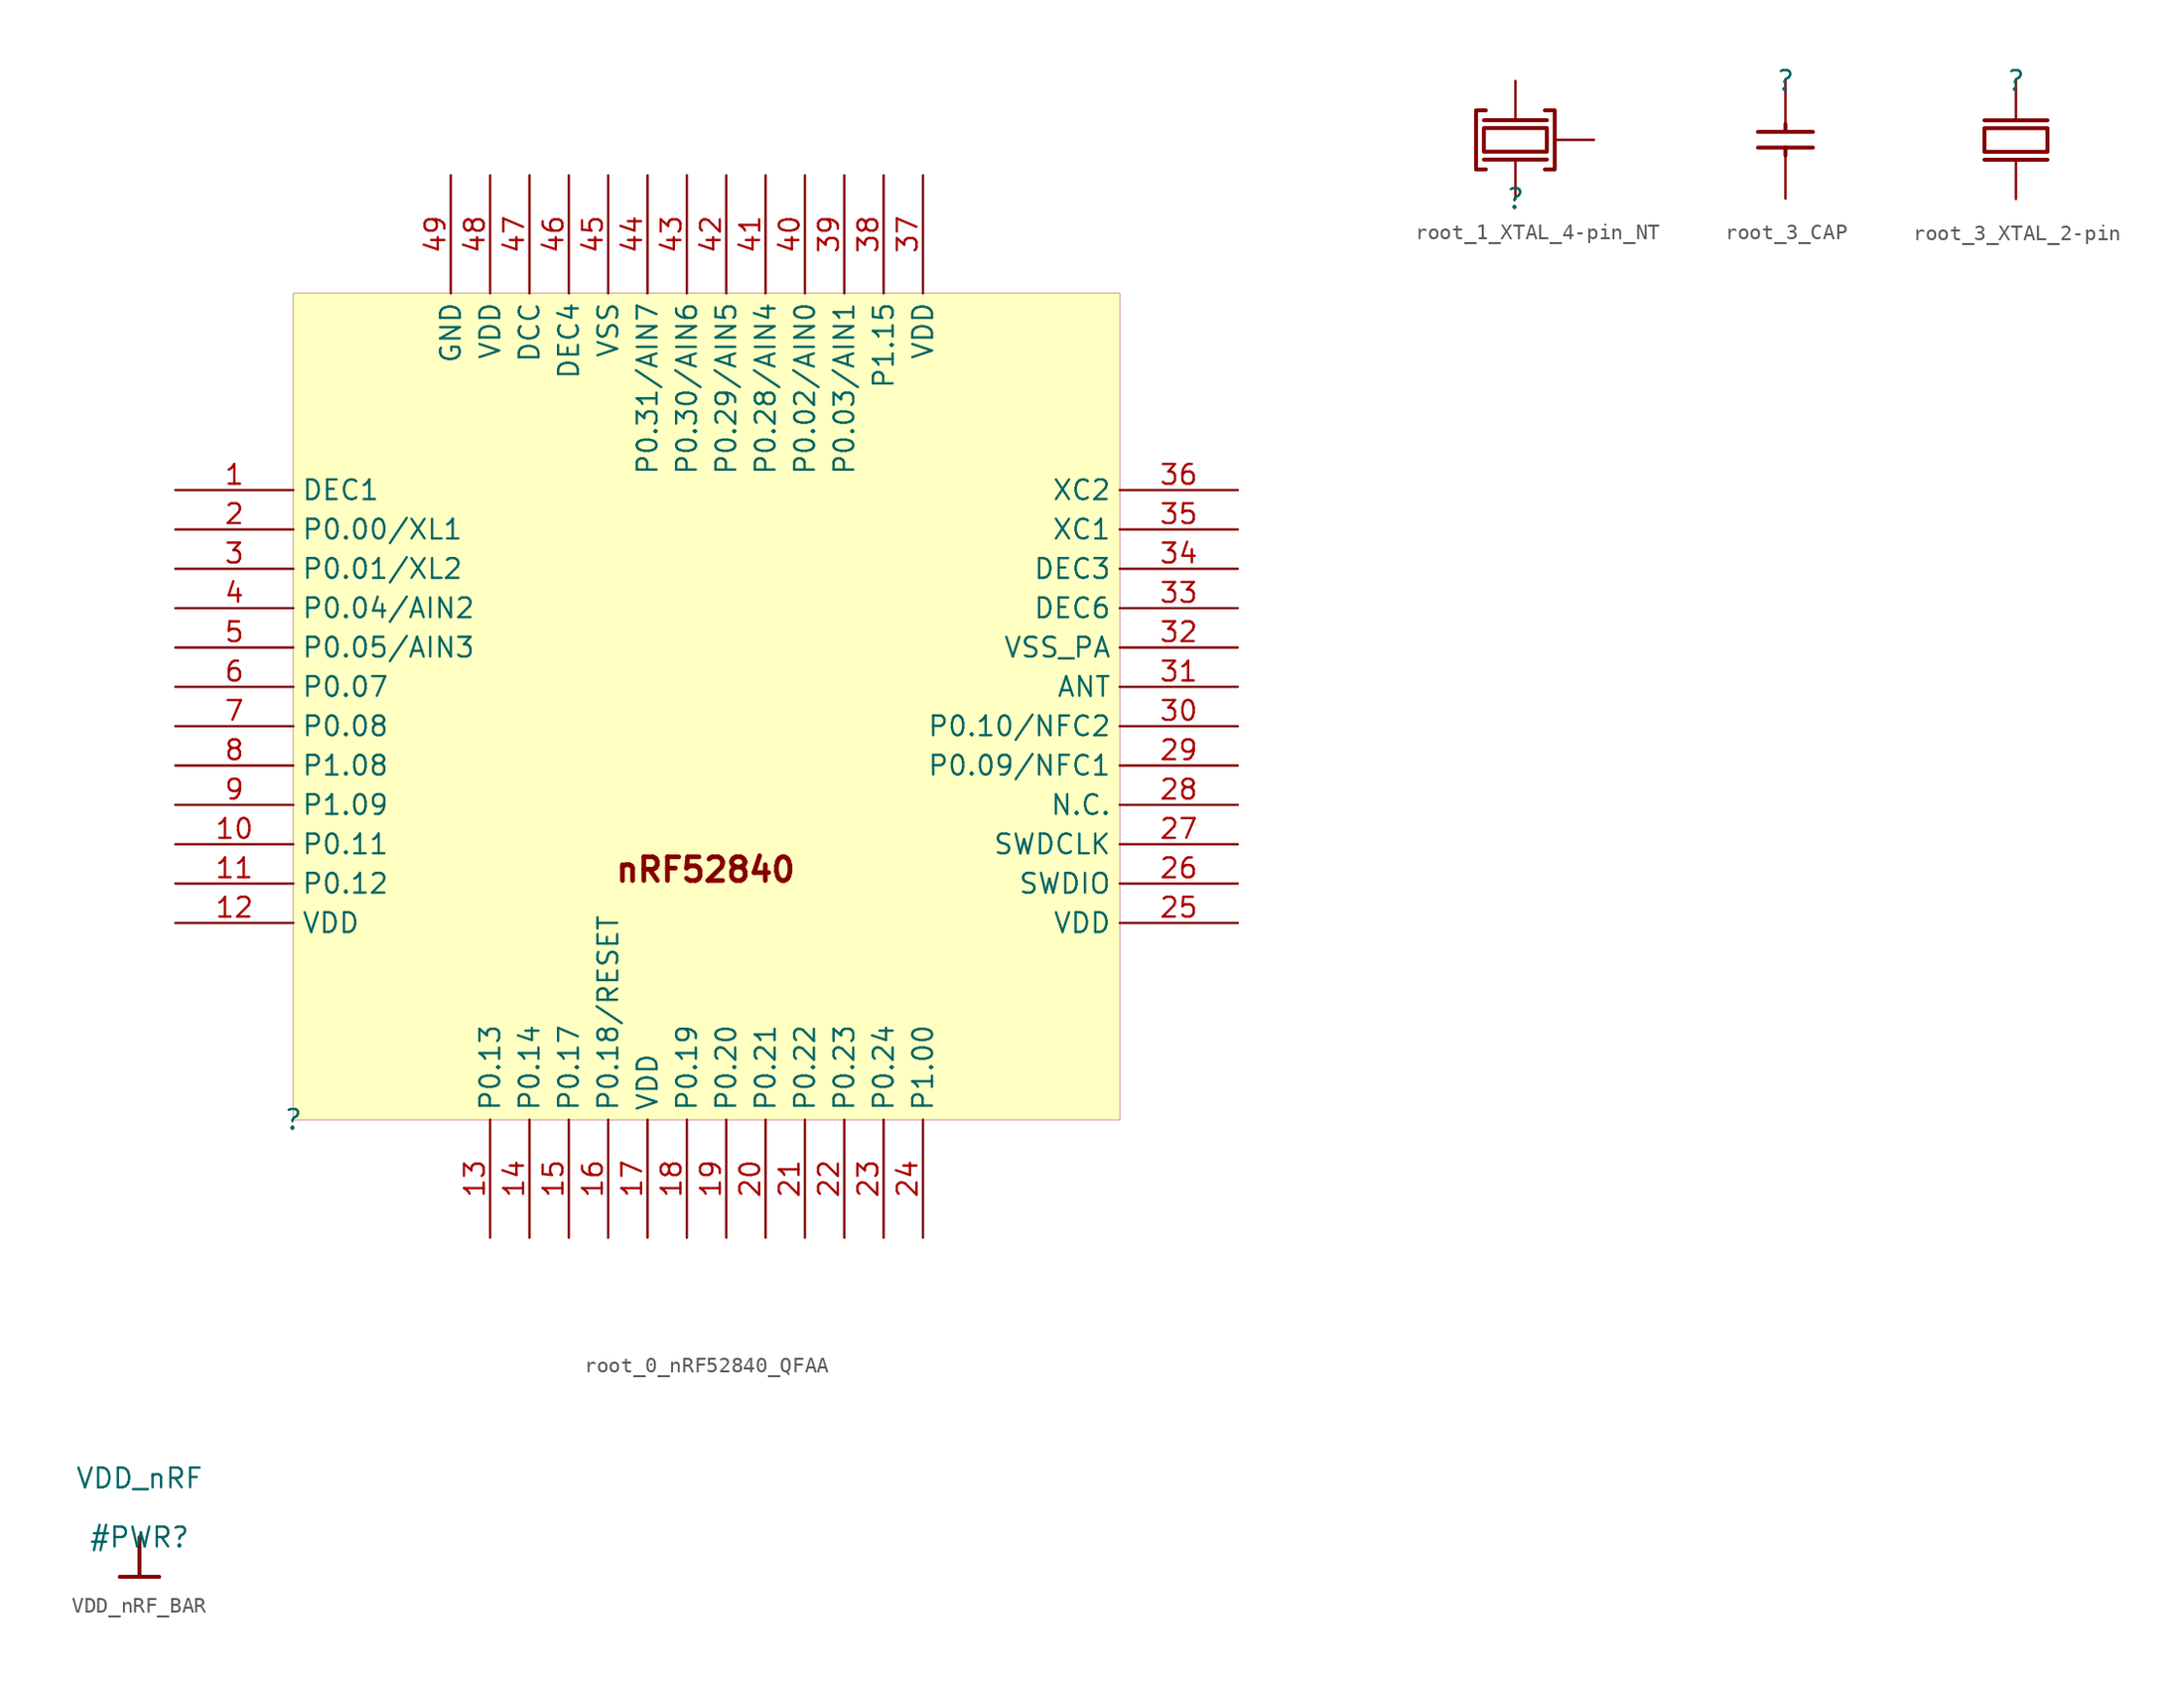
<source format=kicad_sym>
(kicad_symbol_lib
  (version 20231120)
  (generator "kicad_symbol_editor")
  (generator_version "8.0")
  (symbol "root_0_nRF52840_QFAA"
    (property "Reference" ""
      (at 0 0 0)
      (effects (font (size 1.27 1.27))))
    (property "Value" ""
      (at 0 0 0)
      (effects (font (size 1.27 1.27))))
    (symbol "root_0_nRF52840_QFAA_1_0"
      (rectangle (start 53.34 53.34) (end 0 0) (stroke (width 0.025) (type solid) (color 128 0 0 1)) (fill (type background)))
      (text "nRF52840" (at 20.681 15.24 0) (effects (font (size 1.524 1.524) (bold yes)) (justify left bottom)))
      (pin power_in line (at -7.62 40.64 0) (length 7.62) (name "DEC1" (effects (font (size 1.27 1.27)))) (number "1" (effects (font (size 1.27 1.27)))))
      (pin bidirectional line (at -7.62 17.78 0) (length 7.62) (name "P0.11" (effects (font (size 1.27 1.27)))) (number "10" (effects (font (size 1.27 1.27)))))
      (pin bidirectional line (at -7.62 15.24 0) (length 7.62) (name "P0.12" (effects (font (size 1.27 1.27)))) (number "11" (effects (font (size 1.27 1.27)))))
      (pin power_in line (at -7.62 12.7 0) (length 7.62) (name "VDD" (effects (font (size 1.27 1.27)))) (number "12" (effects (font (size 1.27 1.27)))))
      (pin bidirectional line (at 12.7 -7.62 90) (length 7.62) (name "P0.13" (effects (font (size 1.27 1.27)))) (number "13" (effects (font (size 1.27 1.27)))))
      (pin bidirectional line (at 15.24 -7.62 90) (length 7.62) (name "P0.14" (effects (font (size 1.27 1.27)))) (number "14" (effects (font (size 1.27 1.27)))))
      (pin bidirectional line (at 17.78 -7.62 90) (length 7.62) (name "P0.17" (effects (font (size 1.27 1.27)))) (number "15" (effects (font (size 1.27 1.27)))))
      (pin bidirectional line (at 20.32 -7.62 90) (length 7.62) (name "P0.18/RESET" (effects (font (size 1.27 1.27)))) (number "16" (effects (font (size 1.27 1.27)))))
      (pin power_in line (at 22.86 -7.62 90) (length 7.62) (name "VDD" (effects (font (size 1.27 1.27)))) (number "17" (effects (font (size 1.27 1.27)))))
      (pin bidirectional line (at 25.4 -7.62 90) (length 7.62) (name "P0.19" (effects (font (size 1.27 1.27)))) (number "18" (effects (font (size 1.27 1.27)))))
      (pin bidirectional line (at 27.94 -7.62 90) (length 7.62) (name "P0.20" (effects (font (size 1.27 1.27)))) (number "19" (effects (font (size 1.27 1.27)))))
      (pin bidirectional line (at -7.62 38.1 0) (length 7.62) (name "P0.00/XL1" (effects (font (size 1.27 1.27)))) (number "2" (effects (font (size 1.27 1.27)))))
      (pin bidirectional line (at 30.48 -7.62 90) (length 7.62) (name "P0.21" (effects (font (size 1.27 1.27)))) (number "20" (effects (font (size 1.27 1.27)))))
      (pin bidirectional line (at 33.02 -7.62 90) (length 7.62) (name "P0.22" (effects (font (size 1.27 1.27)))) (number "21" (effects (font (size 1.27 1.27)))))
      (pin bidirectional line (at 35.56 -7.62 90) (length 7.62) (name "P0.23" (effects (font (size 1.27 1.27)))) (number "22" (effects (font (size 1.27 1.27)))))
      (pin bidirectional line (at 38.1 -7.62 90) (length 7.62) (name "P0.24" (effects (font (size 1.27 1.27)))) (number "23" (effects (font (size 1.27 1.27)))))
      (pin bidirectional line (at 40.64 -7.62 90) (length 7.62) (name "P1.00" (effects (font (size 1.27 1.27)))) (number "24" (effects (font (size 1.27 1.27)))))
      (pin power_in line (at 60.96 12.7 180) (length 7.62) (name "VDD" (effects (font (size 1.27 1.27)))) (number "25" (effects (font (size 1.27 1.27)))))
      (pin input line (at 60.96 15.24 180) (length 7.62) (name "SWDIO" (effects (font (size 1.27 1.27)))) (number "26" (effects (font (size 1.27 1.27)))))
      (pin bidirectional line (at 60.96 17.78 180) (length 7.62) (name "SWDCLK" (effects (font (size 1.27 1.27)))) (number "27" (effects (font (size 1.27 1.27)))))
      (pin passive line (at 60.96 20.32 180) (length 7.62) (name "N.C." (effects (font (size 1.27 1.27)))) (number "28" (effects (font (size 1.27 1.27)))))
      (pin bidirectional line (at 60.96 22.86 180) (length 7.62) (name "P0.09/NFC1" (effects (font (size 1.27 1.27)))) (number "29" (effects (font (size 1.27 1.27)))))
      (pin bidirectional line (at -7.62 35.56 0) (length 7.62) (name "P0.01/XL2" (effects (font (size 1.27 1.27)))) (number "3" (effects (font (size 1.27 1.27)))))
      (pin bidirectional line (at 60.96 25.4 180) (length 7.62) (name "P0.10/NFC2" (effects (font (size 1.27 1.27)))) (number "30" (effects (font (size 1.27 1.27)))))
      (pin bidirectional line (at 60.96 27.94 180) (length 7.62) (name "ANT" (effects (font (size 1.27 1.27)))) (number "31" (effects (font (size 1.27 1.27)))))
      (pin power_in line (at 60.96 30.48 180) (length 7.62) (name "VSS_PA" (effects (font (size 1.27 1.27)))) (number "32" (effects (font (size 1.27 1.27)))))
      (pin power_in line (at 60.96 33.02 180) (length 7.62) (name "DEC6" (effects (font (size 1.27 1.27)))) (number "33" (effects (font (size 1.27 1.27)))))
      (pin power_in line (at 60.96 35.56 180) (length 7.62) (name "DEC3" (effects (font (size 1.27 1.27)))) (number "34" (effects (font (size 1.27 1.27)))))
      (pin input line (at 60.96 38.1 180) (length 7.62) (name "XC1" (effects (font (size 1.27 1.27)))) (number "35" (effects (font (size 1.27 1.27)))))
      (pin output line (at 60.96 40.64 180) (length 7.62) (name "XC2" (effects (font (size 1.27 1.27)))) (number "36" (effects (font (size 1.27 1.27)))))
      (pin power_in line (at 40.64 60.96 270) (length 7.62) (name "VDD" (effects (font (size 1.27 1.27)))) (number "37" (effects (font (size 1.27 1.27)))))
      (pin bidirectional line (at 38.1 60.96 270) (length 7.62) (name "P1.15" (effects (font (size 1.27 1.27)))) (number "38" (effects (font (size 1.27 1.27)))))
      (pin bidirectional line (at 35.56 60.96 270) (length 7.62) (name "P0.03/AIN1" (effects (font (size 1.27 1.27)))) (number "39" (effects (font (size 1.27 1.27)))))
      (pin bidirectional line (at -7.62 33.02 0) (length 7.62) (name "P0.04/AIN2" (effects (font (size 1.27 1.27)))) (number "4" (effects (font (size 1.27 1.27)))))
      (pin bidirectional line (at 33.02 60.96 270) (length 7.62) (name "P0.02/AIN0" (effects (font (size 1.27 1.27)))) (number "40" (effects (font (size 1.27 1.27)))))
      (pin bidirectional line (at 30.48 60.96 270) (length 7.62) (name "P0.28/AIN4" (effects (font (size 1.27 1.27)))) (number "41" (effects (font (size 1.27 1.27)))))
      (pin bidirectional line (at 27.94 60.96 270) (length 7.62) (name "P0.29/AIN5" (effects (font (size 1.27 1.27)))) (number "42" (effects (font (size 1.27 1.27)))))
      (pin bidirectional line (at 25.4 60.96 270) (length 7.62) (name "P0.30/AIN6" (effects (font (size 1.27 1.27)))) (number "43" (effects (font (size 1.27 1.27)))))
      (pin bidirectional line (at 22.86 60.96 270) (length 7.62) (name "P0.31/AIN7" (effects (font (size 1.27 1.27)))) (number "44" (effects (font (size 1.27 1.27)))))
      (pin power_in line (at 20.32 60.96 270) (length 7.62) (name "VSS" (effects (font (size 1.27 1.27)))) (number "45" (effects (font (size 1.27 1.27)))))
      (pin power_in line (at 17.78 60.96 270) (length 7.62) (name "DEC4" (effects (font (size 1.27 1.27)))) (number "46" (effects (font (size 1.27 1.27)))))
      (pin output line (at 15.24 60.96 270) (length 7.62) (name "DCC" (effects (font (size 1.27 1.27)))) (number "47" (effects (font (size 1.27 1.27)))))
      (pin power_in line (at 12.7 60.96 270) (length 7.62) (name "VDD" (effects (font (size 1.27 1.27)))) (number "48" (effects (font (size 1.27 1.27)))))
      (pin power_in line (at -7.62 -7.62 0) (length 7.62) hide (name "GND" (effects (font (size 1.27 1.27)))) (number "49" (effects (font (size 1.27 1.27)))))
      (pin power_in line (at 10.16 60.96 270) (length 7.62) (name "GND" (effects (font (size 1.27 1.27)))) (number "49" (effects (font (size 1.27 1.27)))))
      (pin bidirectional line (at -7.62 30.48 0) (length 7.62) (name "P0.05/AIN3" (effects (font (size 1.27 1.27)))) (number "5" (effects (font (size 1.27 1.27)))))
      (pin bidirectional line (at -7.62 27.94 0) (length 7.62) (name "P0.07" (effects (font (size 1.27 1.27)))) (number "6" (effects (font (size 1.27 1.27)))))
      (pin bidirectional line (at -7.62 25.4 0) (length 7.62) (name "P0.08" (effects (font (size 1.27 1.27)))) (number "7" (effects (font (size 1.27 1.27)))))
      (pin bidirectional line (at -7.62 22.86 0) (length 7.62) (name "P1.08" (effects (font (size 1.27 1.27)))) (number "8" (effects (font (size 1.27 1.27)))))
      (pin bidirectional line (at -7.62 20.32 0) (length 7.62) (name "P1.09" (effects (font (size 1.27 1.27)))) (number "9" (effects (font (size 1.27 1.27)))))))
  (symbol "root_1_XTAL_4-pin_NT"
    (property "Reference" ""
      (at 0 0 0)
      (effects (font (size 1.27 1.27))))
    (property "Value" ""
      (at 0 0 0)
      (effects (font (size 1.27 1.27))))
    (symbol "root_1_XTAL_4-pin_NT_1_0"
      (polyline (pts (xy -2.032 2.54) (xy 2.032 2.54)) (stroke (width 0.254) (type solid)) (fill (type none)))
      (polyline (pts (xy -2.032 5.08) (xy 2.032 5.08)) (stroke (width 0.254) (type solid)) (fill (type none)))
      (polyline (pts (xy -1.905 1.905) (xy -2.54 1.905) (xy -2.54 5.715) (xy -1.905 5.715)) (stroke (width 0.254) (type solid)) (fill (type none)))
      (polyline (pts (xy 1.905 1.905) (xy 2.54 1.905) (xy 2.54 5.715) (xy 1.905 5.715)) (stroke (width 0.254) (type solid)) (fill (type none)))
      (polyline (pts (xy 2.032 4.572) (xy -2.032 4.572) (xy -2.032 3.048) (xy 2.032 3.048) (xy 2.032 4.572)) (stroke (width 0.254) (type solid)) (fill (type none)))
      (pin passive line (at 0 0 90) (length 2.54) (name "IN" (effects (font (size 0 0)))) (number "1" (effects (font (size 0 0)))))
      (pin passive line (at 5.08 3.81 180) (length 2.54) (name "GND" (effects (font (size 0 0)))) (number "2" (effects (font (size 0 0)))))
      (pin passive line (at 0 7.62 270) (length 2.54) (name "OUT" (effects (font (size 0 0)))) (number "3" (effects (font (size 0 0)))))))
  (symbol "root_3_CAP"
    (property "Reference" ""
      (at 0 0 0)
      (effects (font (size 1.27 1.27))))
    (property "Value" ""
      (at 0 0 0)
      (effects (font (size 1.27 1.27))))
    (symbol "root_3_CAP_1_0"
      (polyline (pts (xy -1.778 -4.318) (xy 1.778 -4.318)) (stroke (width 0.254) (type solid)) (fill (type none)))
      (polyline (pts (xy -1.778 -3.302) (xy 1.778 -3.302)) (stroke (width 0.254) (type solid)) (fill (type none)))
      (polyline (pts (xy 0 -4.318) (xy 0 -4.826)) (stroke (width 0.254) (type solid)) (fill (type none)))
      (polyline (pts (xy 0 -3.302) (xy 0 -2.794)) (stroke (width 0.254) (type solid)) (fill (type none)))
      (pin passive line (at 0 0 270) (length 3.302) (name "1" (effects (font (size 0 0)))) (number "1" (effects (font (size 0 0)))))
      (pin passive line (at 0 -7.62 90) (length 3.302) (name "2" (effects (font (size 0 0)))) (number "2" (effects (font (size 0 0)))))))
  (symbol "root_3_XTAL_2-pin"
    (property "Reference" ""
      (at 0 0 0)
      (effects (font (size 1.27 1.27))))
    (property "Value" ""
      (at 0 0 0)
      (effects (font (size 1.27 1.27))))
    (symbol "root_3_XTAL_2-pin_1_0"
      (polyline (pts (xy 2.032 -5.08) (xy -2.032 -5.08)) (stroke (width 0.254) (type solid)) (fill (type none)))
      (polyline (pts (xy 2.032 -2.54) (xy -2.032 -2.54)) (stroke (width 0.254) (type solid)) (fill (type none)))
      (polyline (pts (xy -2.032 -4.572) (xy 2.032 -4.572) (xy 2.032 -3.048) (xy -2.032 -3.048) (xy -2.032 -4.572)) (stroke (width 0.254) (type solid)) (fill (type none)))
      (pin passive line (at 0 0 270) (length 2.54) (name "inp" (effects (font (size 0 0)))) (number "1" (effects (font (size 0 0)))))
      (pin passive line (at 0 -7.62 90) (length 2.54) (name "out" (effects (font (size 0 0)))) (number "2" (effects (font (size 0 0)))))))
  (symbol "VDD_nRF_BAR"
    (power)
    (property "Reference" "#PWR"
      (at 0 0 0)
      (effects (font (size 1.27 1.27))))
    (property "Value" "VDD_nRF"
      (at 0 3.81 0)
      (effects (font (size 1.27 1.27))))
    (symbol "VDD_nRF_BAR_0_0"
      (polyline (pts (xy -1.27 -2.54) (xy 1.27 -2.54)) (stroke (width 0.254) (type solid)) (fill (type none)))
      (polyline (pts (xy 0 0) (xy 0 -2.54)) (stroke (width 0.254) (type solid)) (fill (type none)))
      (pin power_in line (at 0 0 0) (length 0) hide (name "VDD_nRF" (effects (font (size 1.27 1.27)))) (number "" (effects (font (size 1.27 1.27))))))))
</source>
